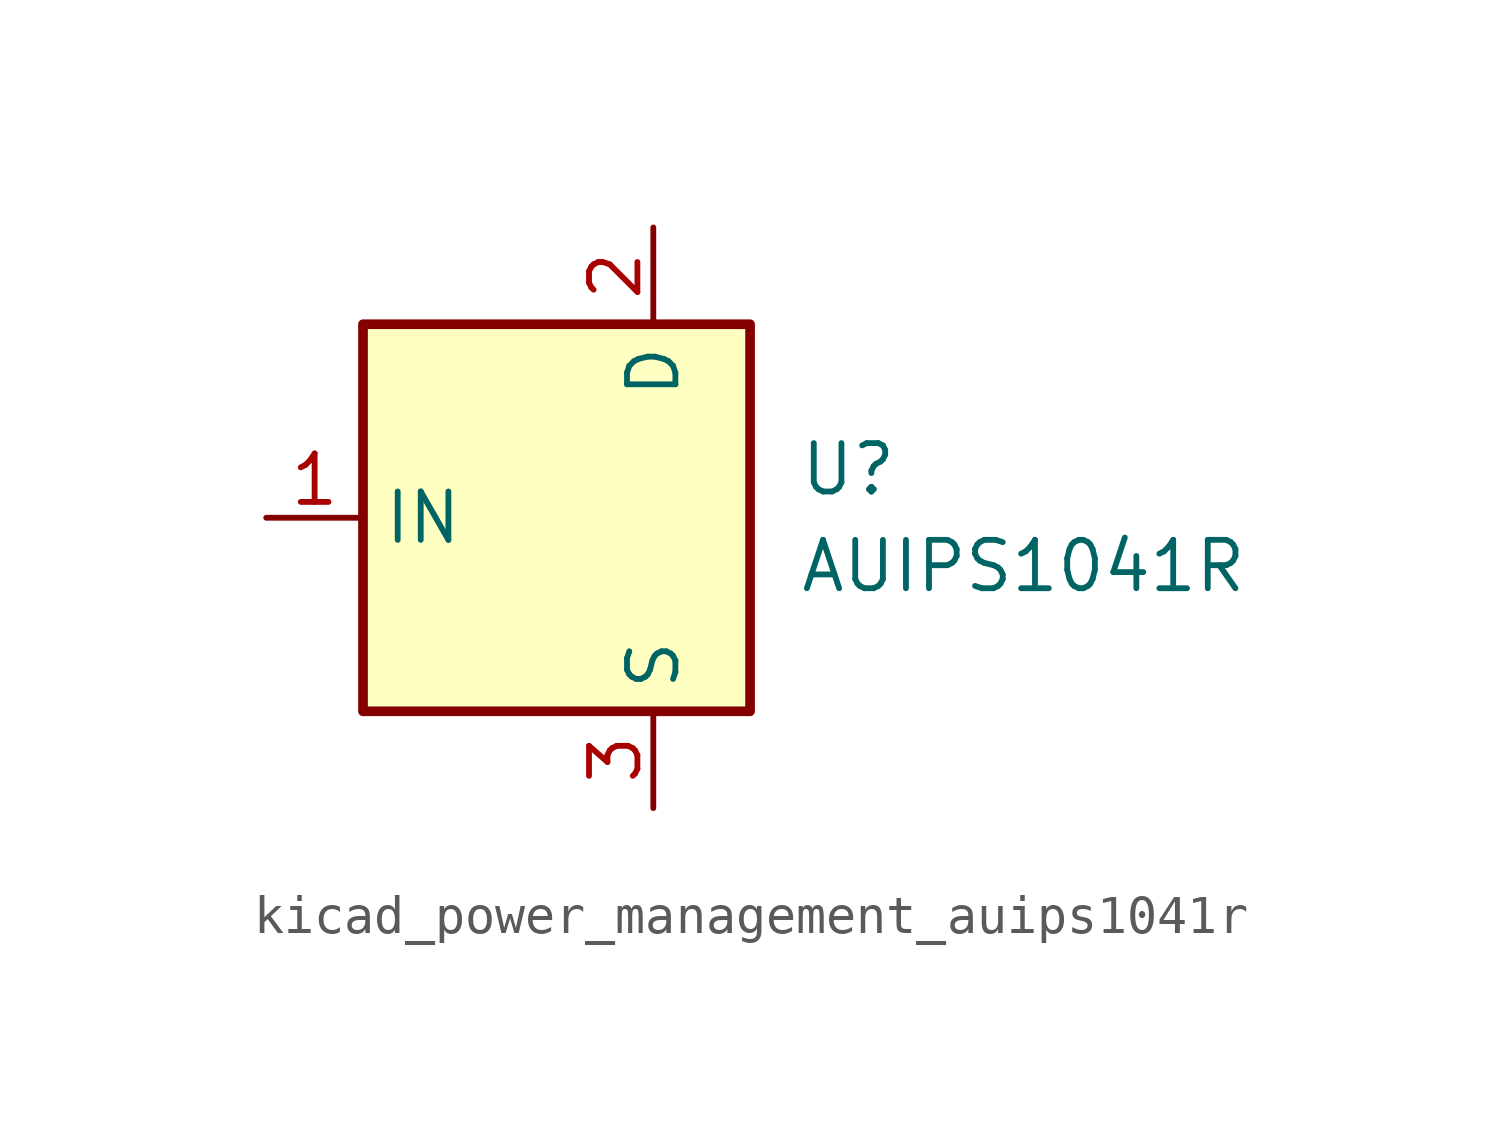
<source format=kicad_sym>
(kicad_symbol_lib
  (version 20220914)
  (generator kicad_symbol_editor)
  (symbol "kicad_power_management_auips1041r"
    (property "Reference" "U"
      (at 3.81 1.27 0)
      (effects (font (size 1.27 1.27)) (justify left)))
    (property "Value" "AUIPS1041R"
      (at 3.81 -1.27 0)
      (effects (font (size 1.27 1.27)) (justify left)))
    (symbol "kicad_power_management_auips1041r_0_1"
      (rectangle (start -7.62 5.08) (end 2.54 -5.08) (stroke (width 0.254) (type default)) (fill (type background))))
    (symbol "kicad_power_management_auips1041r_1_1"
      (pin input line (at -10.16 0 0) (length 2.54) (name "IN" (effects (font (size 1.27 1.27)))) (number "1" (effects (font (size 1.27 1.27)))))
      (pin passive line (at 0 7.62 270) (length 2.54) (name "D" (effects (font (size 1.27 1.27)))) (number "2" (effects (font (size 1.27 1.27)))))
      (pin power_in line (at 0 -7.62 90) (length 2.54) (name "S" (effects (font (size 1.27 1.27)))) (number "3" (effects (font (size 1.27 1.27))))))))
</source>
